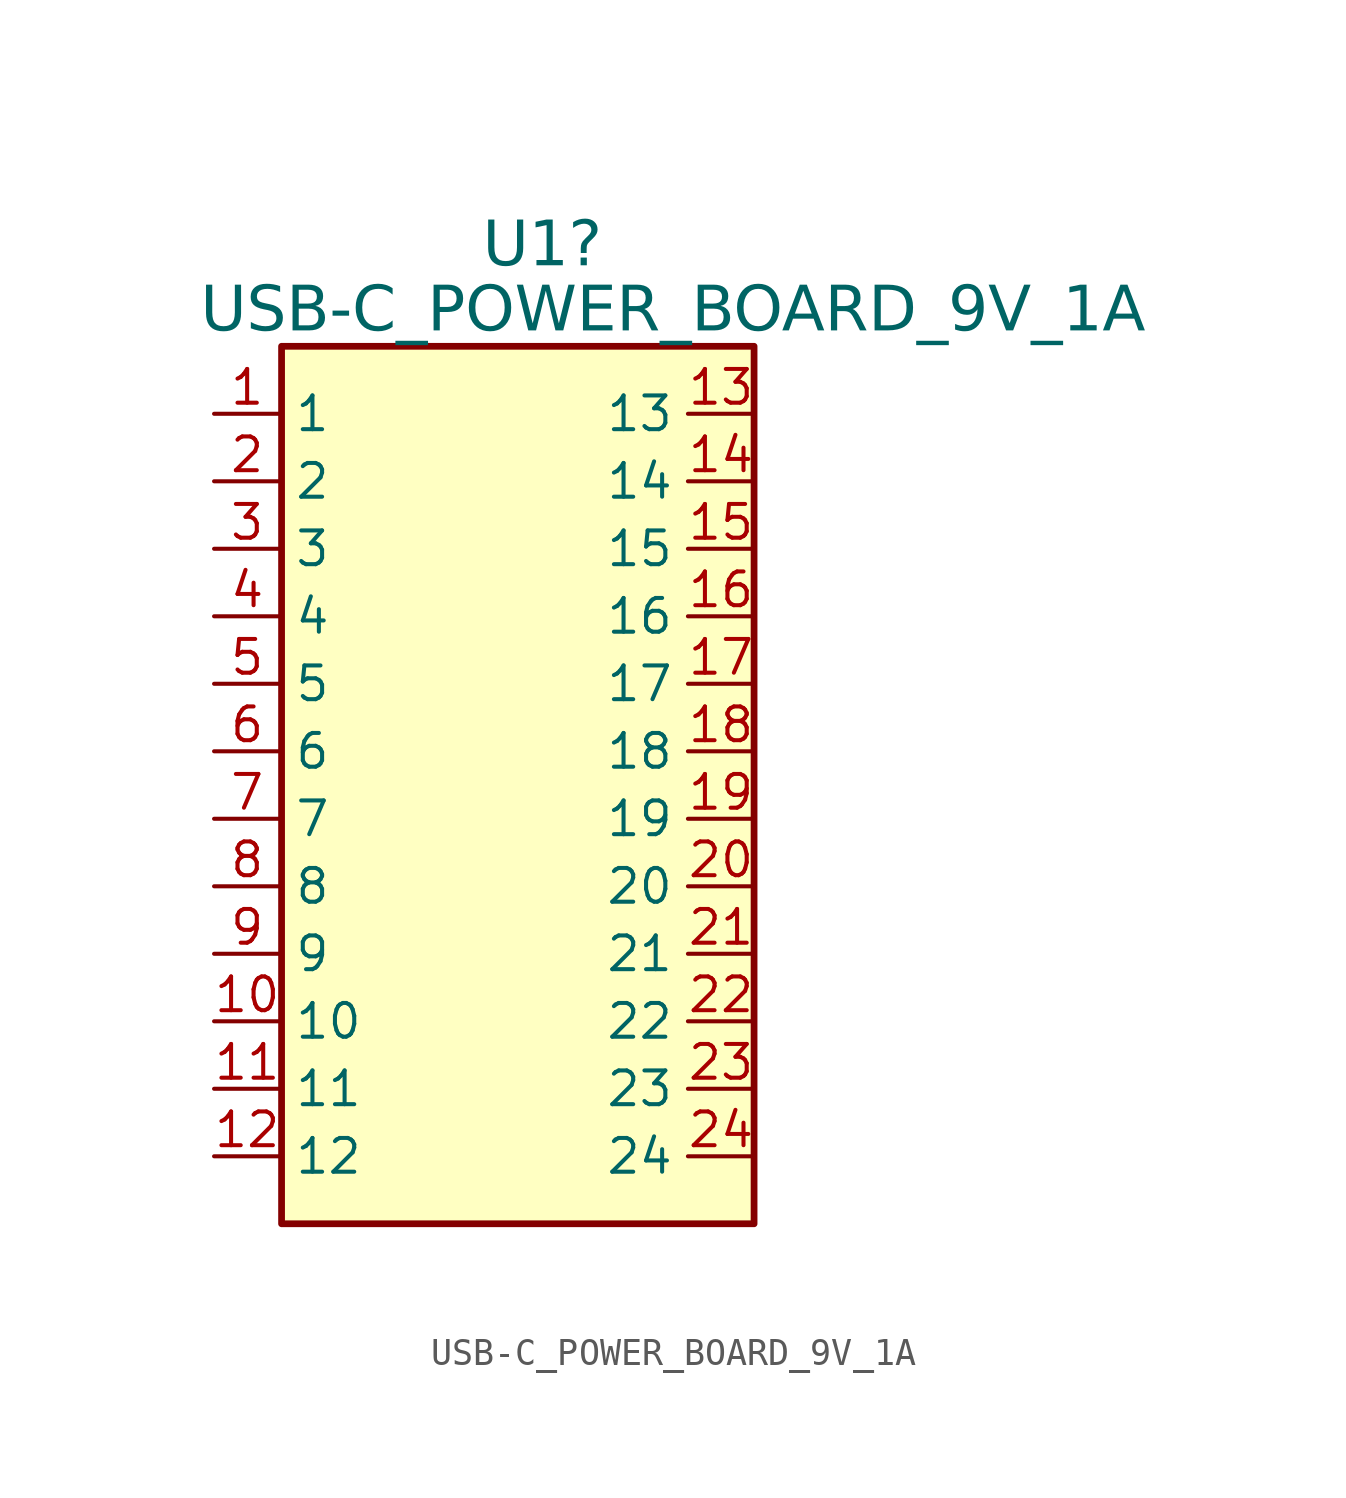
<source format=kicad_sym>
(kicad_symbol_lib
  (version 20231120)
  (generator "kicad_symbol_editor")
  (generator_version "8.0")
  (symbol "USB-C_POWER_BOARD_9V_1A"
    (property "Reference" "U1"
      (at -1.321 14.897 0)
      (effects (font (face "Arial") (size 1.689 1.689)) (justify left top)))
    (property "Value" "USB-C_POWER_BOARD_9V_1A"
      (at -11.938 12.446 0)
      (effects (font (face "Arial") (size 1.689 1.689)) (justify left top)))
    (symbol "USB-C_POWER_BOARD_9V_1A_0_1"
      (rectangle (start -8.89 10.16) (end 8.89 -22.86) (stroke (width 0.254) (type default)) (fill (type background))))
    (symbol "USB-C_POWER_BOARD_9V_1A_1_0"
      (pin bidirectional line (at -11.43 7.62 0) (length 2.489) (name "1" (effects (font (size 1.27 1.27)))) (number "1" (effects (font (size 1.27 1.27)))))
      (pin bidirectional line (at -11.43 -15.24 0) (length 2.489) (name "10" (effects (font (size 1.27 1.27)))) (number "10" (effects (font (size 1.27 1.27)))))
      (pin bidirectional line (at -11.43 -17.78 0) (length 2.489) (name "11" (effects (font (size 1.27 1.27)))) (number "11" (effects (font (size 1.27 1.27)))))
      (pin bidirectional line (at -11.43 -20.32 0) (length 2.489) (name "12" (effects (font (size 1.27 1.27)))) (number "12" (effects (font (size 1.27 1.27)))))
      (pin bidirectional line (at 8.89 7.62 180) (length 2.489) (name "13" (effects (font (size 1.27 1.27)))) (number "13" (effects (font (size 1.27 1.27)))))
      (pin bidirectional line (at 8.89 5.08 180) (length 2.489) (name "14" (effects (font (size 1.27 1.27)))) (number "14" (effects (font (size 1.27 1.27)))))
      (pin bidirectional line (at 8.89 2.54 180) (length 2.489) (name "15" (effects (font (size 1.27 1.27)))) (number "15" (effects (font (size 1.27 1.27)))))
      (pin bidirectional line (at 8.89 0 180) (length 2.489) (name "16" (effects (font (size 1.27 1.27)))) (number "16" (effects (font (size 1.27 1.27)))))
      (pin bidirectional line (at 8.89 -2.54 180) (length 2.489) (name "17" (effects (font (size 1.27 1.27)))) (number "17" (effects (font (size 1.27 1.27)))))
      (pin bidirectional line (at 8.89 -5.08 180) (length 2.489) (name "18" (effects (font (size 1.27 1.27)))) (number "18" (effects (font (size 1.27 1.27)))))
      (pin bidirectional line (at 8.89 -7.62 180) (length 2.489) (name "19" (effects (font (size 1.27 1.27)))) (number "19" (effects (font (size 1.27 1.27)))))
      (pin bidirectional line (at -11.43 5.08 0) (length 2.489) (name "2" (effects (font (size 1.27 1.27)))) (number "2" (effects (font (size 1.27 1.27)))))
      (pin bidirectional line (at 8.89 -10.16 180) (length 2.489) (name "20" (effects (font (size 1.27 1.27)))) (number "20" (effects (font (size 1.27 1.27)))))
      (pin bidirectional line (at 8.89 -12.7 180) (length 2.489) (name "21" (effects (font (size 1.27 1.27)))) (number "21" (effects (font (size 1.27 1.27)))))
      (pin bidirectional line (at 8.89 -15.24 180) (length 2.489) (name "22" (effects (font (size 1.27 1.27)))) (number "22" (effects (font (size 1.27 1.27)))))
      (pin bidirectional line (at 8.89 -17.78 180) (length 2.489) (name "23" (effects (font (size 1.27 1.27)))) (number "23" (effects (font (size 1.27 1.27)))))
      (pin bidirectional line (at 8.89 -20.32 180) (length 2.489) (name "24" (effects (font (size 1.27 1.27)))) (number "24" (effects (font (size 1.27 1.27)))))
      (pin bidirectional line (at -11.43 2.54 0) (length 2.489) (name "3" (effects (font (size 1.27 1.27)))) (number "3" (effects (font (size 1.27 1.27)))))
      (pin bidirectional line (at -11.43 0 0) (length 2.489) (name "4" (effects (font (size 1.27 1.27)))) (number "4" (effects (font (size 1.27 1.27)))))
      (pin bidirectional line (at -11.43 -2.54 0) (length 2.489) (name "5" (effects (font (size 1.27 1.27)))) (number "5" (effects (font (size 1.27 1.27)))))
      (pin bidirectional line (at -11.43 -5.08 0) (length 2.489) (name "6" (effects (font (size 1.27 1.27)))) (number "6" (effects (font (size 1.27 1.27)))))
      (pin bidirectional line (at -11.43 -7.62 0) (length 2.489) (name "7" (effects (font (size 1.27 1.27)))) (number "7" (effects (font (size 1.27 1.27)))))
      (pin bidirectional line (at -11.43 -10.16 0) (length 2.489) (name "8" (effects (font (size 1.27 1.27)))) (number "8" (effects (font (size 1.27 1.27)))))
      (pin bidirectional line (at -11.43 -12.7 0) (length 2.489) (name "9" (effects (font (size 1.27 1.27)))) (number "9" (effects (font (size 1.27 1.27))))))))
</source>
